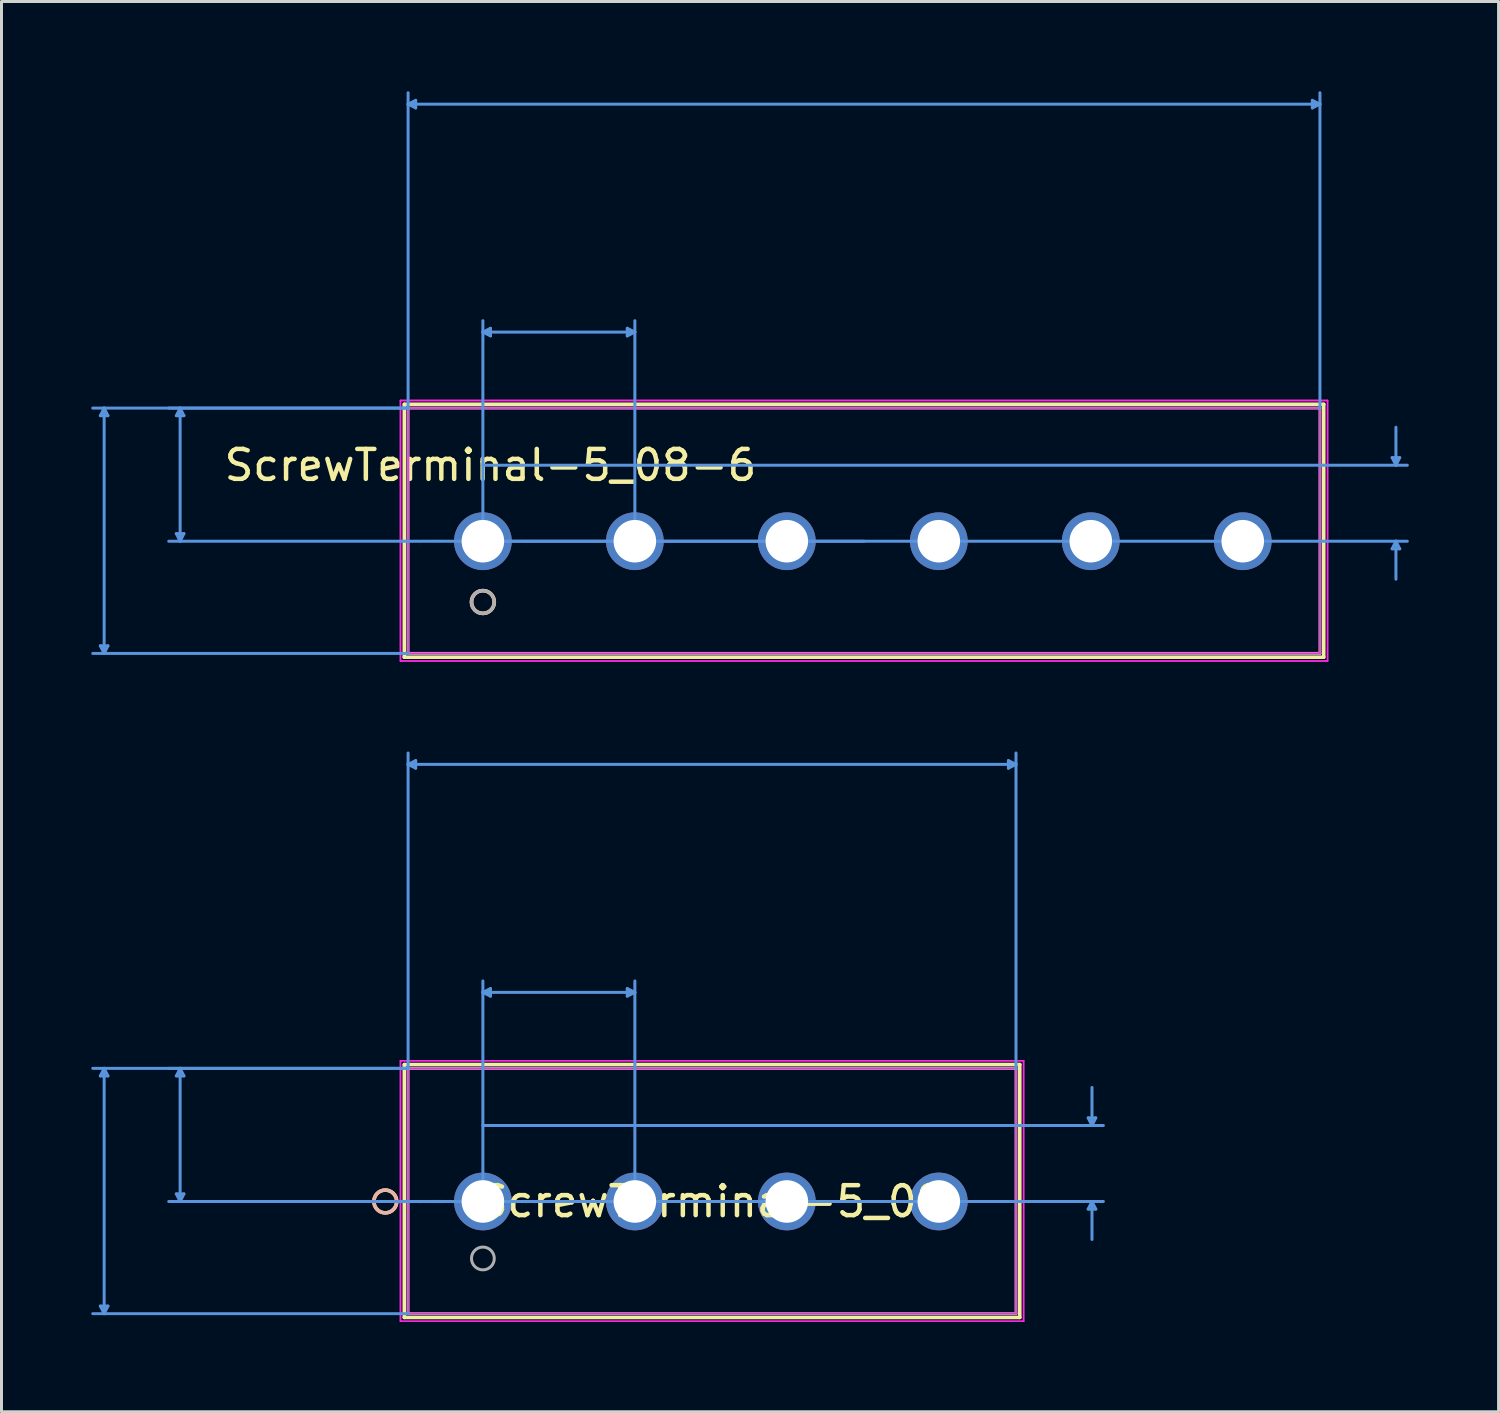
<source format=kicad_pcb>
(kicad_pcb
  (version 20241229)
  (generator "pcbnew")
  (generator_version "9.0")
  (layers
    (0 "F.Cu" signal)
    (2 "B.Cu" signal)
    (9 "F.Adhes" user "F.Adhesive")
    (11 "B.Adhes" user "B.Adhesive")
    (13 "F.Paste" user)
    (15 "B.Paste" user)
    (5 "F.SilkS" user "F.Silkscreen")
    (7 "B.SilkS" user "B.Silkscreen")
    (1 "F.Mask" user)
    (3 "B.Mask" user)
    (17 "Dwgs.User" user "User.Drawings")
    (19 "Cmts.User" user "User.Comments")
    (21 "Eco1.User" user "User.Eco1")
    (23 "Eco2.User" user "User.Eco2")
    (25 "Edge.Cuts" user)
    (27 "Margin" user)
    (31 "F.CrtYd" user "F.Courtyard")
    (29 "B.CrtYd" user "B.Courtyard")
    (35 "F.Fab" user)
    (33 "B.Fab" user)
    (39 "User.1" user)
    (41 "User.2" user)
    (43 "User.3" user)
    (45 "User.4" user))
  (footprint "ScrewTerminal-5_08"
    (layer "F.Cu")
    (at 13.091 37.111)
    (property "Reference" "ScrewTerminal-5_08" (at 7.66 0 0) (layer "F.SilkS") (effects (font (size 1 1) (thickness 0.15))))
    (attr through_hole)
    (fp_line (start -2.627 -4.577) (end -2.627 3.877) (stroke (width 0.12) (type solid)) (layer "F.SilkS"))
    (fp_line (start -2.627 3.877) (end 17.947 3.877) (stroke (width 0.12) (type solid)) (layer "F.SilkS"))
    (fp_line (start 17.947 -4.577) (end -2.627 -4.577) (stroke (width 0.12) (type solid)) (layer "F.SilkS"))
    (fp_line (start 17.947 3.877) (end 17.947 -4.577) (stroke (width 0.12) (type solid)) (layer "F.SilkS"))
    (fp_circle (center -3.262 0) (end -2.881 0) (stroke (width 0.12) (type solid)) (fill no) (layer "F.SilkS"))
    (fp_circle (center -3.262 0) (end -2.881 0) (stroke (width 0.12) (type solid)) (fill no) (layer "B.SilkS"))
    (fp_line (start -12.787 -4.196) (end -12.533 -4.196) (stroke (width 0.1) (type solid)) (layer "Cmts.User"))
    (fp_line (start -12.787 3.496) (end -12.533 3.496) (stroke (width 0.1) (type solid)) (layer "Cmts.User"))
    (fp_line (start -12.66 -4.45) (end -12.787 -4.196) (stroke (width 0.1) (type solid)) (layer "Cmts.User"))
    (fp_line (start -12.66 -4.45) (end -12.66 3.75) (stroke (width 0.1) (type solid)) (layer "Cmts.User"))
    (fp_line (start -12.66 -4.45) (end -12.533 -4.196) (stroke (width 0.1) (type solid)) (layer "Cmts.User"))
    (fp_line (start -12.66 3.75) (end -12.787 3.496) (stroke (width 0.1) (type solid)) (layer "Cmts.User"))
    (fp_line (start -12.66 3.75) (end -12.533 3.496) (stroke (width 0.1) (type solid)) (layer "Cmts.User"))
    (fp_line (start -10.247 -4.196) (end -9.993 -4.196) (stroke (width 0.1) (type solid)) (layer "Cmts.User"))
    (fp_line (start -10.247 -0.254) (end -9.993 -0.254) (stroke (width 0.1) (type solid)) (layer "Cmts.User"))
    (fp_line (start -10.12 -4.45) (end -10.247 -4.196) (stroke (width 0.1) (type solid)) (layer "Cmts.User"))
    (fp_line (start -10.12 -4.45) (end -10.12 0) (stroke (width 0.1) (type solid)) (layer "Cmts.User"))
    (fp_line (start -10.12 -4.45) (end -9.993 -4.196) (stroke (width 0.1) (type solid)) (layer "Cmts.User"))
    (fp_line (start -10.12 0) (end -10.247 -0.254) (stroke (width 0.1) (type solid)) (layer "Cmts.User"))
    (fp_line (start -10.12 0) (end -9.993 -0.254) (stroke (width 0.1) (type solid)) (layer "Cmts.User"))
    (fp_line (start -2.5 -14.61) (end -2.246 -14.737) (stroke (width 0.1) (type solid)) (layer "Cmts.User"))
    (fp_line (start -2.5 -14.61) (end -2.246 -14.483) (stroke (width 0.1) (type solid)) (layer "Cmts.User"))
    (fp_line (start -2.5 -14.61) (end 17.82 -14.61) (stroke (width 0.1) (type solid)) (layer "Cmts.User"))
    (fp_line (start -2.5 -4.45) (end -13.041 -4.45) (stroke (width 0.1) (type solid)) (layer "Cmts.User"))
    (fp_line (start -2.5 -4.45) (end -10.501 -4.45) (stroke (width 0.1) (type solid)) (layer "Cmts.User"))
    (fp_line (start -2.5 -4.45) (end -2.5 -14.991) (stroke (width 0.1) (type solid)) (layer "Cmts.User"))
    (fp_line (start -2.5 3.75) (end -13.041 3.75) (stroke (width 0.1) (type solid)) (layer "Cmts.User"))
    (fp_line (start -2.246 -14.737) (end -2.246 -14.483) (stroke (width 0.1) (type solid)) (layer "Cmts.User"))
    (fp_line (start 0 -6.99) (end 0.254 -7.117) (stroke (width 0.1) (type solid)) (layer "Cmts.User"))
    (fp_line (start 0 -6.99) (end 0.254 -6.863) (stroke (width 0.1) (type solid)) (layer "Cmts.User"))
    (fp_line (start 0 -6.99) (end 5.08 -6.99) (stroke (width 0.1) (type solid)) (layer "Cmts.User"))
    (fp_line (start 0 -2.54) (end 20.741 -2.54) (stroke (width 0.1) (type solid)) (layer "Cmts.User"))
    (fp_line (start 0 0) (end 0 -7.371) (stroke (width 0.1) (type solid)) (layer "Cmts.User"))
    (fp_line (start 0 0) (end 20.741 0) (stroke (width 0.1) (type solid)) (layer "Cmts.User"))
    (fp_line (start 0.254 -7.117) (end 0.254 -6.863) (stroke (width 0.1) (type solid)) (layer "Cmts.User"))
    (fp_line (start 4.826 -7.117) (end 4.826 -6.863) (stroke (width 0.1) (type solid)) (layer "Cmts.User"))
    (fp_line (start 5.08 -6.99) (end 4.826 -7.117) (stroke (width 0.1) (type solid)) (layer "Cmts.User"))
    (fp_line (start 5.08 -6.99) (end 4.826 -6.863) (stroke (width 0.1) (type solid)) (layer "Cmts.User"))
    (fp_line (start 5.08 0) (end 5.08 -7.371) (stroke (width 0.1) (type solid)) (layer "Cmts.User"))
    (fp_line (start 7.66 0) (end -10.501 0) (stroke (width 0.1) (type solid)) (layer "Cmts.User"))
    (fp_line (start 17.566 -14.737) (end 17.566 -14.483) (stroke (width 0.1) (type solid)) (layer "Cmts.User"))
    (fp_line (start 17.82 -14.61) (end 17.566 -14.737) (stroke (width 0.1) (type solid)) (layer "Cmts.User"))
    (fp_line (start 17.82 -14.61) (end 17.566 -14.483) (stroke (width 0.1) (type solid)) (layer "Cmts.User"))
    (fp_line (start 17.82 -4.45) (end 17.82 -14.991) (stroke (width 0.1) (type solid)) (layer "Cmts.User"))
    (fp_line (start 20.233 -2.794) (end 20.487 -2.794) (stroke (width 0.1) (type solid)) (layer "Cmts.User"))
    (fp_line (start 20.233 0.254) (end 20.487 0.254) (stroke (width 0.1) (type solid)) (layer "Cmts.User"))
    (fp_line (start 20.36 -2.54) (end 20.233 -2.794) (stroke (width 0.1) (type solid)) (layer "Cmts.User"))
    (fp_line (start 20.36 -2.54) (end 20.36 -3.81) (stroke (width 0.1) (type solid)) (layer "Cmts.User"))
    (fp_line (start 20.36 -2.54) (end 20.487 -2.794) (stroke (width 0.1) (type solid)) (layer "Cmts.User"))
    (fp_line (start 20.36 0) (end 20.233 0.254) (stroke (width 0.1) (type solid)) (layer "Cmts.User"))
    (fp_line (start 20.36 0) (end 20.36 1.27) (stroke (width 0.1) (type solid)) (layer "Cmts.User"))
    (fp_line (start 20.36 0) (end 20.487 0.254) (stroke (width 0.1) (type solid)) (layer "Cmts.User"))
    (fp_line (start -2.754 -4.704) (end -2.754 4.004) (stroke (width 0.05) (type solid)) (layer "F.CrtYd"))
    (fp_line (start -2.754 -4.704) (end -2.754 4.004) (stroke (width 0.05) (type solid)) (layer "F.CrtYd"))
    (fp_line (start -2.754 4.004) (end 18.074 4.004) (stroke (width 0.05) (type solid)) (layer "F.CrtYd"))
    (fp_line (start -2.754 4.004) (end 18.074 4.004) (stroke (width 0.05) (type solid)) (layer "F.CrtYd"))
    (fp_line (start -2.5 -4.45) (end -2.5 3.75) (stroke (width 0.05) (type solid)) (layer "F.CrtYd"))
    (fp_line (start -2.5 3.75) (end 17.82 3.75) (stroke (width 0.05) (type solid)) (layer "F.CrtYd"))
    (fp_line (start 17.82 -4.45) (end -2.5 -4.45) (stroke (width 0.05) (type solid)) (layer "F.CrtYd"))
    (fp_line (start 17.82 3.75) (end 17.82 -4.45) (stroke (width 0.05) (type solid)) (layer "F.CrtYd"))
    (fp_line (start 18.074 -4.704) (end -2.754 -4.704) (stroke (width 0.05) (type solid)) (layer "F.CrtYd"))
    (fp_line (start 18.074 -4.704) (end -2.754 -4.704) (stroke (width 0.05) (type solid)) (layer "F.CrtYd"))
    (fp_line (start 18.074 4.004) (end 18.074 -4.704) (stroke (width 0.05) (type solid)) (layer "F.CrtYd"))
    (fp_line (start 18.074 4.004) (end 18.074 -4.704) (stroke (width 0.05) (type solid)) (layer "F.CrtYd"))
    (fp_line (start -2.5 -4.45) (end -2.5 3.75) (stroke (width 0.1) (type solid)) (layer "F.Fab"))
    (fp_line (start -2.5 3.75) (end 17.82 3.75) (stroke (width 0.1) (type solid)) (layer "F.Fab"))
    (fp_line (start 17.82 -4.45) (end -2.5 -4.45) (stroke (width 0.1) (type solid)) (layer "F.Fab"))
    (fp_line (start 17.82 3.75) (end 17.82 -4.45) (stroke (width 0.1) (type solid)) (layer "F.Fab"))
    (fp_circle (center 0 1.905) (end 0.381 1.905) (stroke (width 0.1) (type solid)) (fill no) (layer "F.Fab"))
    (fp_text user "*" (at 0 0 0) (layer "F.SilkS") (effects (font (size 1 1) (thickness 0.15))))
    (fp_text user "Copyright 2021 Accelerated Designs. All rights reserved." (at 0 0 0) (layer "Cmts.User") (effects (font (size 0.127 0.127) (thickness 0.002))))
    (fp_text user "*" (at 0 0 0) (layer "F.Fab") (effects (font (size 1 1) (thickness 0.15))))
    (pad "1" thru_hole circle (at 0 0) (size 1.93 1.93) (drill 1.422) (layers "*.Cu" "*.Mask"))
    (pad "2" thru_hole circle (at 5.08 0) (size 1.93 1.93) (drill 1.422) (layers "*.Cu" "*.Mask"))
    (pad "3" thru_hole circle (at 10.16 0) (size 1.93 1.93) (drill 1.422) (layers "*.Cu" "*.Mask"))
    (pad "4" thru_hole circle (at 15.24 0) (size 1.93 1.93) (drill 1.422) (layers "*.Cu" "*.Mask")))
  (footprint "ScrewTerminal-5_08-6"
    (layer "F.Cu")
    (at 13.091 15.041)
    (property "Reference" "ScrewTerminal-5_08-6" (at 0.254 -2.54 0) (layer "F.SilkS") (effects (font (size 1 1) (thickness 0.15))))
    (attr through_hole)
    (fp_line (start -2.627 -4.577) (end -2.627 3.877) (stroke (width 0.12) (type solid)) (layer "F.SilkS"))
    (fp_line (start -2.627 3.877) (end 28.107 3.877) (stroke (width 0.12) (type solid)) (layer "F.SilkS"))
    (fp_line (start 28.107 -4.577) (end -2.627 -4.577) (stroke (width 0.12) (type solid)) (layer "F.SilkS"))
    (fp_line (start 28.107 3.877) (end 28.107 -4.577) (stroke (width 0.12) (type solid)) (layer "F.SilkS"))
    (fp_circle (center 0 2.032) (end 0.381 2.032) (stroke (width 0.12) (type solid)) (fill no) (layer "F.SilkS"))
    (fp_circle (center 0 2.032) (end 0.381 2.032) (stroke (width 0.12) (type solid)) (fill no) (layer "B.SilkS"))
    (fp_line (start -12.787 -4.196) (end -12.533 -4.196) (stroke (width 0.1) (type solid)) (layer "Cmts.User"))
    (fp_line (start -12.787 3.496) (end -12.533 3.496) (stroke (width 0.1) (type solid)) (layer "Cmts.User"))
    (fp_line (start -12.66 -4.45) (end -12.787 -4.196) (stroke (width 0.1) (type solid)) (layer "Cmts.User"))
    (fp_line (start -12.66 -4.45) (end -12.66 3.75) (stroke (width 0.1) (type solid)) (layer "Cmts.User"))
    (fp_line (start -12.66 -4.45) (end -12.533 -4.196) (stroke (width 0.1) (type solid)) (layer "Cmts.User"))
    (fp_line (start -12.66 3.75) (end -12.787 3.496) (stroke (width 0.1) (type solid)) (layer "Cmts.User"))
    (fp_line (start -12.66 3.75) (end -12.533 3.496) (stroke (width 0.1) (type solid)) (layer "Cmts.User"))
    (fp_line (start -10.247 -4.196) (end -9.993 -4.196) (stroke (width 0.1) (type solid)) (layer "Cmts.User"))
    (fp_line (start -10.247 -0.254) (end -9.993 -0.254) (stroke (width 0.1) (type solid)) (layer "Cmts.User"))
    (fp_line (start -10.12 -4.45) (end -10.247 -4.196) (stroke (width 0.1) (type solid)) (layer "Cmts.User"))
    (fp_line (start -10.12 -4.45) (end -10.12 0) (stroke (width 0.1) (type solid)) (layer "Cmts.User"))
    (fp_line (start -10.12 -4.45) (end -9.993 -4.196) (stroke (width 0.1) (type solid)) (layer "Cmts.User"))
    (fp_line (start -10.12 0) (end -10.247 -0.254) (stroke (width 0.1) (type solid)) (layer "Cmts.User"))
    (fp_line (start -10.12 0) (end -9.993 -0.254) (stroke (width 0.1) (type solid)) (layer "Cmts.User"))
    (fp_line (start -2.5 -14.61) (end -2.246 -14.737) (stroke (width 0.1) (type solid)) (layer "Cmts.User"))
    (fp_line (start -2.5 -14.61) (end -2.246 -14.483) (stroke (width 0.1) (type solid)) (layer "Cmts.User"))
    (fp_line (start -2.5 -14.61) (end 27.98 -14.61) (stroke (width 0.1) (type solid)) (layer "Cmts.User"))
    (fp_line (start -2.5 -4.45) (end -13.041 -4.45) (stroke (width 0.1) (type solid)) (layer "Cmts.User"))
    (fp_line (start -2.5 -4.45) (end -10.501 -4.45) (stroke (width 0.1) (type solid)) (layer "Cmts.User"))
    (fp_line (start -2.5 -4.45) (end -2.5 -14.991) (stroke (width 0.1) (type solid)) (layer "Cmts.User"))
    (fp_line (start -2.5 3.75) (end -13.041 3.75) (stroke (width 0.1) (type solid)) (layer "Cmts.User"))
    (fp_line (start -2.246 -14.737) (end -2.246 -14.483) (stroke (width 0.1) (type solid)) (layer "Cmts.User"))
    (fp_line (start 0 -6.99) (end 0.254 -7.117) (stroke (width 0.1) (type solid)) (layer "Cmts.User"))
    (fp_line (start 0 -6.99) (end 0.254 -6.863) (stroke (width 0.1) (type solid)) (layer "Cmts.User"))
    (fp_line (start 0 -6.99) (end 5.08 -6.99) (stroke (width 0.1) (type solid)) (layer "Cmts.User"))
    (fp_line (start 0 -2.54) (end 30.901 -2.54) (stroke (width 0.1) (type solid)) (layer "Cmts.User"))
    (fp_line (start 0 0) (end 0 -7.371) (stroke (width 0.1) (type solid)) (layer "Cmts.User"))
    (fp_line (start 0 0) (end 30.901 0) (stroke (width 0.1) (type solid)) (layer "Cmts.User"))
    (fp_line (start 0.254 -7.117) (end 0.254 -6.863) (stroke (width 0.1) (type solid)) (layer "Cmts.User"))
    (fp_line (start 4.826 -7.117) (end 4.826 -6.863) (stroke (width 0.1) (type solid)) (layer "Cmts.User"))
    (fp_line (start 5.08 -6.99) (end 4.826 -7.117) (stroke (width 0.1) (type solid)) (layer "Cmts.User"))
    (fp_line (start 5.08 -6.99) (end 4.826 -6.863) (stroke (width 0.1) (type solid)) (layer "Cmts.User"))
    (fp_line (start 5.08 0) (end 5.08 -7.371) (stroke (width 0.1) (type solid)) (layer "Cmts.User"))
    (fp_line (start 12.74 0) (end -10.501 0) (stroke (width 0.1) (type solid)) (layer "Cmts.User"))
    (fp_line (start 27.726 -14.737) (end 27.726 -14.483) (stroke (width 0.1) (type solid)) (layer "Cmts.User"))
    (fp_line (start 27.98 -14.61) (end 27.726 -14.737) (stroke (width 0.1) (type solid)) (layer "Cmts.User"))
    (fp_line (start 27.98 -14.61) (end 27.726 -14.483) (stroke (width 0.1) (type solid)) (layer "Cmts.User"))
    (fp_line (start 27.98 -4.45) (end 27.98 -14.991) (stroke (width 0.1) (type solid)) (layer "Cmts.User"))
    (fp_line (start 30.393 -2.794) (end 30.647 -2.794) (stroke (width 0.1) (type solid)) (layer "Cmts.User"))
    (fp_line (start 30.393 0.254) (end 30.647 0.254) (stroke (width 0.1) (type solid)) (layer "Cmts.User"))
    (fp_line (start 30.52 -2.54) (end 30.393 -2.794) (stroke (width 0.1) (type solid)) (layer "Cmts.User"))
    (fp_line (start 30.52 -2.54) (end 30.52 -3.81) (stroke (width 0.1) (type solid)) (layer "Cmts.User"))
    (fp_line (start 30.52 -2.54) (end 30.647 -2.794) (stroke (width 0.1) (type solid)) (layer "Cmts.User"))
    (fp_line (start 30.52 0) (end 30.393 0.254) (stroke (width 0.1) (type solid)) (layer "Cmts.User"))
    (fp_line (start 30.52 0) (end 30.52 1.27) (stroke (width 0.1) (type solid)) (layer "Cmts.User"))
    (fp_line (start 30.52 0) (end 30.647 0.254) (stroke (width 0.1) (type solid)) (layer "Cmts.User"))
    (fp_line (start -2.754 -4.704) (end -2.754 4.004) (stroke (width 0.05) (type solid)) (layer "F.CrtYd"))
    (fp_line (start -2.754 -4.704) (end -2.754 4.004) (stroke (width 0.05) (type solid)) (layer "F.CrtYd"))
    (fp_line (start -2.754 4.004) (end 28.234 4.004) (stroke (width 0.05) (type solid)) (layer "F.CrtYd"))
    (fp_line (start -2.754 4.004) (end 28.234 4.004) (stroke (width 0.05) (type solid)) (layer "F.CrtYd"))
    (fp_line (start -2.5 -4.45) (end -2.5 3.75) (stroke (width 0.05) (type solid)) (layer "F.CrtYd"))
    (fp_line (start -2.5 3.75) (end 27.98 3.75) (stroke (width 0.05) (type solid)) (layer "F.CrtYd"))
    (fp_line (start 27.98 -4.45) (end -2.5 -4.45) (stroke (width 0.05) (type solid)) (layer "F.CrtYd"))
    (fp_line (start 27.98 3.75) (end 27.98 -4.45) (stroke (width 0.05) (type solid)) (layer "F.CrtYd"))
    (fp_line (start 28.234 -4.704) (end -2.754 -4.704) (stroke (width 0.05) (type solid)) (layer "F.CrtYd"))
    (fp_line (start 28.234 -4.704) (end -2.754 -4.704) (stroke (width 0.05) (type solid)) (layer "F.CrtYd"))
    (fp_line (start 28.234 4.004) (end 28.234 -4.704) (stroke (width 0.05) (type solid)) (layer "F.CrtYd"))
    (fp_line (start 28.234 4.004) (end 28.234 -4.704) (stroke (width 0.05) (type solid)) (layer "F.CrtYd"))
    (fp_line (start -2.5 -4.45) (end -2.5 3.75) (stroke (width 0.1) (type solid)) (layer "F.Fab"))
    (fp_line (start -2.5 3.75) (end 27.98 3.75) (stroke (width 0.1) (type solid)) (layer "F.Fab"))
    (fp_line (start 27.98 -4.45) (end -2.5 -4.45) (stroke (width 0.1) (type solid)) (layer "F.Fab"))
    (fp_line (start 27.98 3.75) (end 27.98 -4.45) (stroke (width 0.1) (type solid)) (layer "F.Fab"))
    (fp_circle (center 0 2.032) (end 0.381 2.032) (stroke (width 0.1) (type solid)) (fill no) (layer "F.Fab"))
    (fp_text user "*" (at 0 0 0) (layer "F.SilkS") (effects (font (size 1 1) (thickness 0.15))))
    (fp_text user "Copyright 2021 Accelerated Designs. All rights reserved." (at 0 0 0) (layer "Cmts.User") (effects (font (size 0.127 0.127) (thickness 0.002))))
    (fp_text user "*" (at 0 0 0) (layer "F.Fab") (effects (font (size 1 1) (thickness 0.15))))
    (pad "1" thru_hole circle (at 0 0) (size 1.93 1.93) (drill 1.422) (layers "*.Cu" "*.Mask"))
    (pad "2" thru_hole circle (at 5.08 0) (size 1.93 1.93) (drill 1.422) (layers "*.Cu" "*.Mask"))
    (pad "3" thru_hole circle (at 10.16 0) (size 1.93 1.93) (drill 1.422) (layers "*.Cu" "*.Mask"))
    (pad "4" thru_hole circle (at 15.24 0) (size 1.93 1.93) (drill 1.422) (layers "*.Cu" "*.Mask"))
    (pad "5" thru_hole circle (at 20.32 0) (size 1.93 1.93) (drill 1.422) (layers "*.Cu" "*.Mask"))
    (pad "6" thru_hole circle (at 25.4 0) (size 1.93 1.93) (drill 1.422) (layers "*.Cu" "*.Mask")))
  (gr_rect
    (start -3 -3)
    (end 47.042 44.14)
    (stroke (width 0.1) (type default))
    (fill no)
    (layer "Edge.Cuts")))
</source>
